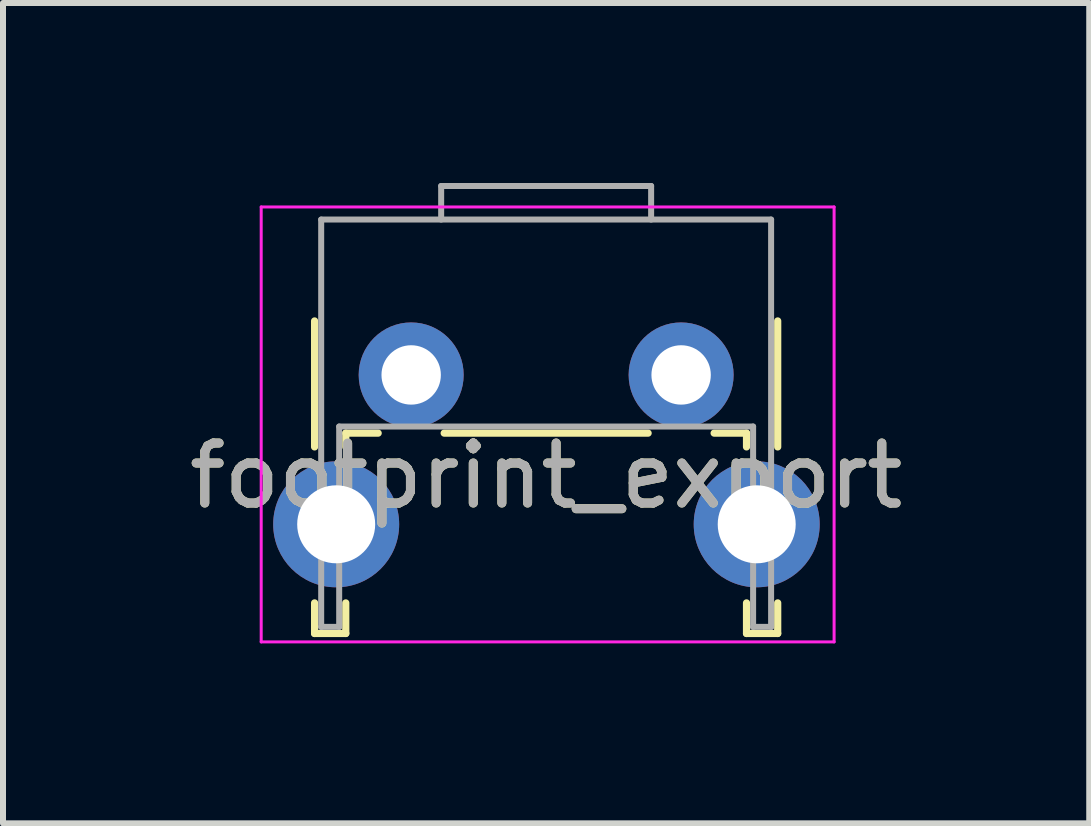
<source format=kicad_pcb>
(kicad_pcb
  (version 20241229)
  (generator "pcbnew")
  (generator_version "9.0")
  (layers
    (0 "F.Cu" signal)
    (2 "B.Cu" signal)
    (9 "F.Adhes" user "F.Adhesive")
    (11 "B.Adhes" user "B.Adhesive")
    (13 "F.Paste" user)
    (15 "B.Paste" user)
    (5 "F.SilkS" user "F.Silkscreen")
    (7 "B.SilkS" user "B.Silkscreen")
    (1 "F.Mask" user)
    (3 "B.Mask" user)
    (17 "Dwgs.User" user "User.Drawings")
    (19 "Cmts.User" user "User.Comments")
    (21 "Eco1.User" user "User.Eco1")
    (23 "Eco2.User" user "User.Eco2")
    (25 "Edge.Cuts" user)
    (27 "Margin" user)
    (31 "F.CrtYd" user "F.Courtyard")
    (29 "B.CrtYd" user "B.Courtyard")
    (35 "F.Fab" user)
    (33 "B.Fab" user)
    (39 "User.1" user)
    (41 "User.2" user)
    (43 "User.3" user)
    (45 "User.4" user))
  (footprint "footprint_export"
    (layer "F.Cu")
    (at 3.804 3.2)
    (property "Reference" "footprint_export" (at 2.25 1.68 0) (layer "F.SilkS") (effects (font (size 1 1) (thickness 0.15))))
    (attr through_hole)
    (fp_line (start -1.61 -0.9) (end -1.61 1.2) (stroke (width 0.12) (type solid)) (layer "F.SilkS"))
    (fp_line (start -1.61 3.8) (end -1.61 4.31) (stroke (width 0.12) (type solid)) (layer "F.SilkS"))
    (fp_line (start -1.61 4.31) (end -1.09 4.31) (stroke (width 0.12) (type solid)) (layer "F.SilkS"))
    (fp_line (start -1.09 0.97) (end -1.09 1.2) (stroke (width 0.12) (type solid)) (layer "F.SilkS"))
    (fp_line (start -1.09 0.97) (end -0.55 0.97) (stroke (width 0.12) (type solid)) (layer "F.SilkS"))
    (fp_line (start -1.09 3.8) (end -1.09 4.31) (stroke (width 0.12) (type solid)) (layer "F.SilkS"))
    (fp_line (start 0.55 0.97) (end 3.95 0.97) (stroke (width 0.12) (type solid)) (layer "F.SilkS"))
    (fp_line (start 5.05 0.97) (end 5.59 0.97) (stroke (width 0.12) (type solid)) (layer "F.SilkS"))
    (fp_line (start 5.59 0.97) (end 5.59 1.2) (stroke (width 0.12) (type solid)) (layer "F.SilkS"))
    (fp_line (start 5.59 3.8) (end 5.59 4.31) (stroke (width 0.12) (type solid)) (layer "F.SilkS"))
    (fp_line (start 5.59 4.31) (end 6.11 4.31) (stroke (width 0.12) (type solid)) (layer "F.SilkS"))
    (fp_line (start 6.11 -0.9) (end 6.11 1.2) (stroke (width 0.12) (type solid)) (layer "F.SilkS"))
    (fp_line (start 6.11 3.8) (end 6.11 4.31) (stroke (width 0.12) (type solid)) (layer "F.SilkS"))
    (fp_line (start -2.5 -2.8) (end 7.05 -2.8) (stroke (width 0.05) (type solid)) (layer "F.CrtYd"))
    (fp_line (start -2.5 4.45) (end -2.5 -2.8) (stroke (width 0.05) (type solid)) (layer "F.CrtYd"))
    (fp_line (start 7.05 -2.8) (end 7.05 4.45) (stroke (width 0.05) (type solid)) (layer "F.CrtYd"))
    (fp_line (start 7.05 4.45) (end -2.5 4.45) (stroke (width 0.05) (type solid)) (layer "F.CrtYd"))
    (fp_line (start -1.5 -2.59) (end 6 -2.59) (stroke (width 0.1) (type solid)) (layer "F.Fab"))
    (fp_line (start -1.5 4.2) (end -1.5 -2.59) (stroke (width 0.1) (type solid)) (layer "F.Fab"))
    (fp_line (start -1.5 4.2) (end -1.2 4.2) (stroke (width 0.1) (type solid)) (layer "F.Fab"))
    (fp_line (start -1.2 0.86) (end 5.7 0.86) (stroke (width 0.1) (type solid)) (layer "F.Fab"))
    (fp_line (start -1.2 4.2) (end -1.2 0.86) (stroke (width 0.1) (type solid)) (layer "F.Fab"))
    (fp_line (start 0.5 -3.15) (end 0.5 -2.59) (stroke (width 0.1) (type solid)) (layer "F.Fab"))
    (fp_line (start 0.5 -3.15) (end 4 -3.15) (stroke (width 0.1) (type solid)) (layer "F.Fab"))
    (fp_line (start 4 -3.15) (end 4 -2.59) (stroke (width 0.1) (type solid)) (layer "F.Fab"))
    (fp_line (start 5.7 4.2) (end 5.7 0.86) (stroke (width 0.1) (type solid)) (layer "F.Fab"))
    (fp_line (start 5.7 4.2) (end 6 4.2) (stroke (width 0.1) (type solid)) (layer "F.Fab"))
    (fp_line (start 6 4.2) (end 6 -2.59) (stroke (width 0.1) (type solid)) (layer "F.Fab"))
    (fp_text user "${REFERENCE}" (at 2.25 1.68 0) (layer "F.Fab") (effects (font (size 1 1) (thickness 0.15))))
    (pad "" thru_hole circle (at -1.25 2.49) (size 2.1 2.1) (drill 1.3) (layers "*.Cu" "*.Mask"))
    (pad "" thru_hole circle (at 5.76 2.49) (size 2.1 2.1) (drill 1.3) (layers "*.Cu" "*.Mask"))
    (pad "1" thru_hole circle (at 0 0) (size 1.75 1.75) (drill 0.99) (layers "*.Cu" "*.Mask"))
    (pad "2" thru_hole circle (at 4.5 0) (size 1.75 1.75) (drill 0.99) (layers "*.Cu" "*.Mask")))
  (gr_rect
    (start -3 -3)
    (end 15.107 10.675)
    (stroke (width 0.1) (type default))
    (fill no)
    (layer "Edge.Cuts")))
</source>
